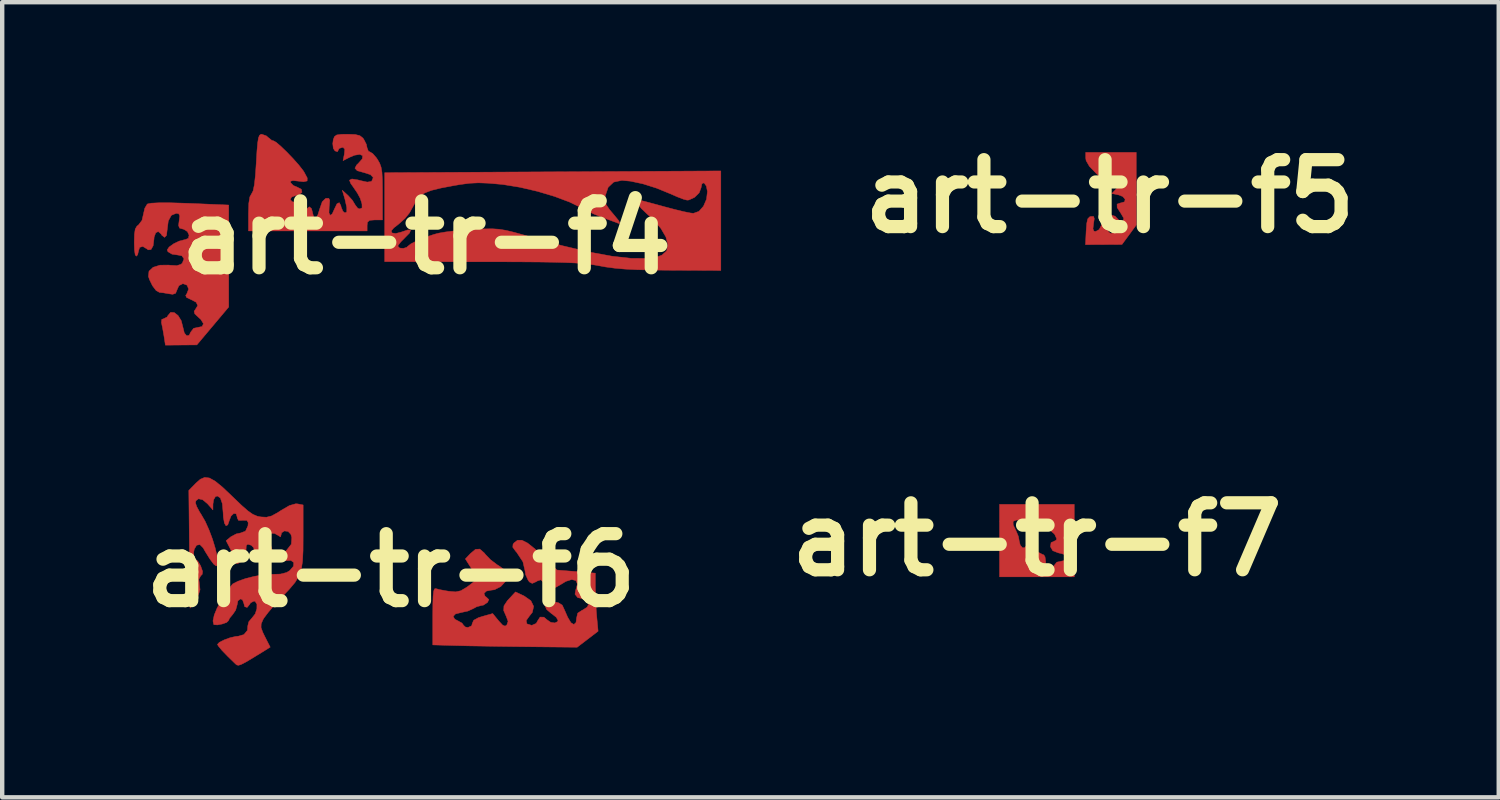
<source format=kicad_pcb>
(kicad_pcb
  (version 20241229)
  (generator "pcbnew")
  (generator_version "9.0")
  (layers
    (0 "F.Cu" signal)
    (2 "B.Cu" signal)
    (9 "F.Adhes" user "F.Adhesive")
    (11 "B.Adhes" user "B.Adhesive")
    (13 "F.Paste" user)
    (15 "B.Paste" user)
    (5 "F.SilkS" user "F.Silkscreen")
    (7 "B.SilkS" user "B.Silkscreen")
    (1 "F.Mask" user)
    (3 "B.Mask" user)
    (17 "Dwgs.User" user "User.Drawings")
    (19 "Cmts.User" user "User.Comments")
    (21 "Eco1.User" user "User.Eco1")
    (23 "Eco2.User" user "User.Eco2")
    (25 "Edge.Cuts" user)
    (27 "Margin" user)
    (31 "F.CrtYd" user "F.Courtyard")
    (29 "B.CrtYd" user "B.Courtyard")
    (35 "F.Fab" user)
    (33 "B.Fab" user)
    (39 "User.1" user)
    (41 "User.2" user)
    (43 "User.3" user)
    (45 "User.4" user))
  (footprint "art-tr-f4"
    (layer "F.Cu")
    (at 6.655 2.355)
    (property "Reference" "art-tr-f4" (at 0 0 0) (layer "F.SilkS") (effects (font (size 1.524 1.524) (thickness 0.3))))
    (attr through_hole)
    (fp_poly (pts (xy -5.83 -0.79) (xy -5.496 -0.78) (xy -5.384 -0.776) (xy -4.5 -0.739) (xy -4.5 1.582) (xy -5.225 2.444) (xy -5.583 2.447) (xy -5.941 2.45) (xy -5.974 2.237) (xy -6.001 2.083) (xy -6.026 1.96) (xy -6.032 1.938) (xy -6.023 1.863) (xy -5.984 1.85) (xy -5.903 1.81) (xy -5.882 1.775) (xy -5.821 1.703) (xy -5.738 1.709) (xy -5.652 1.777) (xy -5.58 1.894) (xy -5.542 2.044) (xy -5.541 2.046) (xy -5.51 2.173) (xy -5.457 2.236) (xy -5.4 2.226) (xy -5.366 2.155) (xy -5.299 2.067) (xy -5.222 2.05) (xy -5.105 2.026) (xy -5.075 1.961) (xy -5.134 1.865) (xy -5.181 1.823) (xy -5.272 1.738) (xy -5.287 1.679) (xy -5.263 1.644) (xy -5.205 1.55) (xy -5.24 1.474) (xy -5.357 1.413) (xy -5.459 1.365) (xy -5.479 1.32) (xy -5.452 1.277) (xy -5.412 1.173) (xy -5.449 1.085) (xy -5.543 1.05) (xy -5.633 1.096) (xy -5.672 1.181) (xy -5.708 1.27) (xy -5.775 1.293) (xy -5.859 1.281) (xy -5.988 1.259) (xy -6.075 1.25) (xy -6.152 1.207) (xy -6.235 1.098) (xy -6.305 0.954) (xy -6.327 0.884) (xy -6.314 0.766) (xy -6.22 0.678) (xy -6.062 0.629) (xy -5.858 0.628) (xy -5.839 0.631) (xy -5.68 0.64) (xy -5.585 0.61) (xy -5.556 0.583) (xy -5.517 0.485) (xy -5.566 0.417) (xy -5.649 0.4) (xy -5.791 0.379) (xy -5.882 0.325) (xy -5.9 0.282) (xy -5.857 0.218) (xy -5.755 0.144) (xy -5.627 0.082) (xy -5.509 0.051) (xy -5.492 0.05) (xy -5.417 0.018) (xy -5.402 -0.054) (xy -5.439 -0.134) (xy -5.521 -0.187) (xy -5.542 -0.192) (xy -5.619 -0.214) (xy -5.641 -0.273) (xy -5.628 -0.379) (xy -5.614 -0.494) (xy -5.639 -0.542) (xy -5.696 -0.55) (xy -5.805 -0.505) (xy -5.875 -0.377) (xy -5.9 -0.178) (xy -5.916 -0.047) (xy -5.96 -0.003) (xy -6.021 -0.05) (xy -6.041 -0.082) (xy -6.103 -0.136) (xy -6.161 -0.107) (xy -6.197 -0.01) (xy -6.201 0.04) (xy -6.22 0.188) (xy -6.268 0.274) (xy -6.333 0.281) (xy -6.358 0.262) (xy -6.454 0.204) (xy -6.526 0.224) (xy -6.55 0.297) (xy -6.573 0.393) (xy -6.6 0.425) (xy -6.628 0.397) (xy -6.645 0.279) (xy -6.65 0.115) (xy -6.645 -0.076) (xy -6.627 -0.192) (xy -6.588 -0.259) (xy -6.553 -0.286) (xy -6.473 -0.391) (xy -6.441 -0.531) (xy -6.41 -0.666) (xy -6.356 -0.757) (xy -6.347 -0.764) (xy -6.264 -0.781) (xy -6.089 -0.79) (xy -5.83 -0.79)) (stroke (width 0.01) (type solid)) (fill yes) (layer "F.Cu"))
    (fp_poly (pts (xy 6.7 0.75) (xy 5.562 0.745) (xy 5.138 0.741) (xy 4.795 0.733) (xy 4.516 0.719) (xy 4.282 0.698) (xy 4.075 0.67) (xy 3.95 0.647) (xy 3.824 0.625) (xy 3.692 0.606) (xy 3.544 0.591) (xy 3.37 0.579) (xy 3.158 0.57) (xy 2.898 0.563) (xy 2.579 0.558) (xy 2.19 0.555) (xy 1.721 0.553) (xy 1.262 0.553) (xy -0.95 0.55) (xy -0.95 -0.15) (xy -0.802 -0.15) (xy -0.781 -0.103) (xy -0.698 -0.091) (xy -0.571 -0.123) (xy -0.565 -0.126) (xy -0.422 -0.174) (xy -0.361 -0.165) (xy -0.384 -0.103) (xy -0.488 0.003) (xy -0.587 0.103) (xy -0.645 0.181) (xy -0.65 0.199) (xy -0.611 0.24) (xy -0.526 0.248) (xy -0.447 0.223) (xy -0.427 0.203) (xy -0.354 0.145) (xy -0.212 0.072) (xy -0.028 -0.003) (xy 0.17 -0.07) (xy 0.275 -0.098) (xy 0.43 -0.125) (xy 0.651 -0.152) (xy 0.907 -0.174) (xy 1.101 -0.186) (xy 1.326 -0.196) (xy 1.501 -0.198) (xy 1.653 -0.188) (xy 1.807 -0.163) (xy 1.991 -0.119) (xy 2.229 -0.053) (xy 2.401 -0.003) (xy 3.089 0.186) (xy 3.695 0.329) (xy 4.218 0.425) (xy 4.656 0.474) (xy 5.01 0.476) (xy 5.277 0.432) (xy 5.362 0.399) (xy 5.468 0.303) (xy 5.495 0.162) (xy 5.45 -0.012) (xy 5.335 -0.208) (xy 5.156 -0.414) (xy 5.027 -0.531) (xy 4.891 -0.66) (xy 4.812 -0.764) (xy 4.799 -0.832) (xy 4.841 -0.85) (xy 4.904 -0.837) (xy 5.041 -0.802) (xy 5.231 -0.751) (xy 5.417 -0.7) (xy 5.647 -0.639) (xy 5.852 -0.589) (xy 6.007 -0.558) (xy 6.076 -0.55) (xy 6.202 -0.595) (xy 6.305 -0.712) (xy 6.374 -0.871) (xy 6.395 -1.046) (xy 6.37 -1.171) (xy 6.318 -1.244) (xy 6.27 -1.226) (xy 6.25 -1.131) (xy 6.207 -1.017) (xy 6.103 -0.914) (xy 5.974 -0.854) (xy 5.932 -0.85) (xy 5.854 -0.87) (xy 5.715 -0.923) (xy 5.546 -0.997) (xy 5.543 -0.998) (xy 5.238 -1.123) (xy 4.928 -1.221) (xy 4.643 -1.282) (xy 4.447 -1.3) (xy 4.262 -1.261) (xy 4.136 -1.143) (xy 4.068 -0.944) (xy 4.068 -0.943) (xy 4.062 -0.84) (xy 4.09 -0.747) (xy 4.167 -0.634) (xy 4.258 -0.527) (xy 4.368 -0.393) (xy 4.406 -0.324) (xy 4.375 -0.32) (xy 4.272 -0.359) (xy 4.116 -0.416) (xy 4.015 -0.452) (xy 3.815 -0.532) (xy 3.613 -0.629) (xy 3.54 -0.669) (xy 3.264 -0.804) (xy 2.917 -0.934) (xy 2.529 -1.05) (xy 2.13 -1.143) (xy 1.749 -1.205) (xy 1.68 -1.212) (xy 1.403 -1.236) (xy 1.185 -1.244) (xy 0.988 -1.235) (xy 0.773 -1.207) (xy 0.622 -1.181) (xy 0.326 -1.125) (xy 0.111 -1.072) (xy -0.041 -1.013) (xy -0.148 -0.94) (xy -0.228 -0.844) (xy -0.297 -0.72) (xy -0.386 -0.561) (xy -0.489 -0.433) (xy -0.634 -0.304) (xy -0.742 -0.22) (xy -0.802 -0.15) (xy -0.95 -0.15) (xy -0.95 -0.463) (xy -0.95 -1.475) (xy 2.875 -1.495) (xy 6.7 -1.515) (xy 6.7 0.75)) (stroke (width 0.01) (type solid)) (fill yes) (layer "F.Cu"))
    (fp_poly (pts (xy -1.622 -2.344) (xy -1.516 -2.318) (xy -1.448 -2.265) (xy -1.428 -2.239) (xy -1.368 -2.122) (xy -1.35 -2.039) (xy -1.321 -1.964) (xy -1.288 -1.949) (xy -1.223 -1.91) (xy -1.139 -1.814) (xy -1.113 -1.775) (xy -1.064 -1.69) (xy -1.032 -1.6) (xy -1.012 -1.482) (xy -1.003 -1.313) (xy -1 -1.072) (xy -1 -1.001) (xy -1 -0.4) (xy -1.175 -0.4) (xy -1.293 -0.391) (xy -1.342 -0.349) (xy -1.35 -0.275) (xy -1.35 -0.15) (xy -4.05 -0.15) (xy -4.05 -0.544) (xy -4.043 -0.778) (xy -4.019 -0.925) (xy -3.979 -0.996) (xy -3.945 -1.061) (xy -3.916 -1.198) (xy -3.892 -1.416) (xy -3.873 -1.702) (xy -3.857 -1.97) (xy -3.841 -2.152) (xy -3.823 -2.266) (xy -3.799 -2.326) (xy -3.767 -2.348) (xy -3.75 -2.35) (xy -3.645 -2.314) (xy -3.6 -2.275) (xy -3.521 -2.212) (xy -3.48 -2.2) (xy -3.418 -2.165) (xy -3.311 -2.073) (xy -3.177 -1.944) (xy -3.036 -1.797) (xy -2.907 -1.652) (xy -2.809 -1.527) (xy -2.784 -1.489) (xy -2.713 -1.356) (xy -2.715 -1.287) (xy -2.796 -1.269) (xy -2.907 -1.282) (xy -3.038 -1.296) (xy -3.091 -1.281) (xy -3.09 -1.246) (xy -3.029 -1.183) (xy -2.946 -1.149) (xy -2.846 -1.097) (xy -2.832 -1.028) (xy -2.903 -0.973) (xy -2.962 -0.959) (xy -3.068 -0.922) (xy -3.099 -0.864) (xy -3.055 -0.814) (xy -2.975 -0.8) (xy -2.871 -0.781) (xy -2.86 -0.725) (xy -2.91 -0.66) (xy -2.936 -0.614) (xy -2.875 -0.6) (xy -2.863 -0.6) (xy -2.763 -0.621) (xy -2.725 -0.65) (xy -2.665 -0.699) (xy -2.615 -0.657) (xy -2.591 -0.562) (xy -2.563 -0.452) (xy -2.522 -0.435) (xy -2.473 -0.509) (xy -2.429 -0.65) (xy -2.372 -0.813) (xy -2.297 -0.887) (xy -2.28 -0.892) (xy -2.222 -0.892) (xy -2.201 -0.845) (xy -2.21 -0.727) (xy -2.213 -0.705) (xy -2.218 -0.562) (xy -2.192 -0.505) (xy -2.144 -0.538) (xy -2.093 -0.65) (xy -2.036 -0.767) (xy -1.984 -0.793) (xy -1.947 -0.725) (xy -1.941 -0.691) (xy -1.9 -0.595) (xy -1.856 -0.56) (xy -1.813 -0.58) (xy -1.813 -0.682) (xy -1.855 -0.872) (xy -1.878 -0.95) (xy -1.915 -1.075) (xy -1.783 -0.955) (xy -1.685 -0.847) (xy -1.625 -0.748) (xy -1.622 -0.742) (xy -1.563 -0.665) (xy -1.516 -0.65) (xy -1.465 -0.674) (xy -1.467 -0.76) (xy -1.473 -0.787) (xy -1.508 -0.893) (xy -1.57 -1.009) (xy -1.675 -1.163) (xy -1.723 -1.23) (xy -1.752 -1.304) (xy -1.695 -1.332) (xy -1.557 -1.31) (xy -1.503 -1.295) (xy -1.347 -1.261) (xy -1.258 -1.275) (xy -1.243 -1.287) (xy -1.211 -1.364) (xy -1.273 -1.43) (xy -1.423 -1.478) (xy -1.427 -1.479) (xy -1.575 -1.52) (xy -1.627 -1.576) (xy -1.588 -1.651) (xy -1.552 -1.685) (xy -1.46 -1.79) (xy -1.452 -1.862) (xy -1.516 -1.892) (xy -1.639 -1.872) (xy -1.751 -1.824) (xy -1.898 -1.749) (xy -1.868 -1.899) (xy -1.858 -2.008) (xy -1.894 -2.048) (xy -1.919 -2.05) (xy -1.989 -2.025) (xy -2 -2) (xy -2.026 -1.952) (xy -2.081 -1.971) (xy -2.12 -2.029) (xy -2.132 -2.138) (xy -2.12 -2.229) (xy -2.093 -2.297) (xy -2.041 -2.334) (xy -1.936 -2.348) (xy -1.797 -2.35) (xy -1.622 -2.344)) (stroke (width 0.01) (type solid)) (fill yes) (layer "F.Cu")))
  (footprint "art-tr-f6"
    (layer "F.Cu")
    (at 5.849 9.93)
    (property "Reference" "art-tr-f6" (at 0 0 0) (layer "F.SilkS") (effects (font (size 1.524 1.524) (thickness 0.3))))
    (attr through_hole)
    (fp_poly (pts (xy 3.108 -0.621) (xy 3.279 -0.484) (xy 3.418 -0.354) (xy 3.775 -0.007) (xy 4.65 0.064) (xy 4.65 0.394) (xy 4.656 0.638) (xy 4.67 0.906) (xy 4.682 1.055) (xy 4.713 1.385) (xy 4.474 1.568) (xy 4.236 1.75) (xy 3.155 1.739) (xy 2.792 1.735) (xy 2.421 1.73) (xy 2.069 1.724) (xy 1.762 1.719) (xy 1.527 1.713) (xy 1.512 1.713) (xy 0.95 1.697) (xy 0.95 1.043) (xy 0.952 0.771) (xy 0.958 0.586) (xy 0.97 0.474) (xy 0.99 0.422) (xy 1.018 0.416) (xy 1.019 0.416) (xy 1.108 0.439) (xy 1.251 0.466) (xy 1.316 0.476) (xy 1.47 0.49) (xy 1.587 0.465) (xy 1.717 0.388) (xy 1.746 0.368) (xy 1.863 0.278) (xy 1.936 0.208) (xy 1.949 0.187) (xy 1.925 0.125) (xy 1.863 0.012) (xy 1.821 -0.056) (xy 1.692 -0.26) (xy 1.805 -0.38) (xy 1.922 -0.478) (xy 2.02 -0.484) (xy 2.121 -0.397) (xy 2.153 -0.357) (xy 2.267 -0.239) (xy 2.417 -0.126) (xy 2.454 -0.104) (xy 2.595 -0.002) (xy 2.649 0.099) (xy 2.65 0.119) (xy 2.606 0.252) (xy 2.497 0.369) (xy 2.356 0.441) (xy 2.287 0.45) (xy 2.17 0.472) (xy 2.116 0.526) (xy 2.14 0.589) (xy 2.171 0.611) (xy 2.226 0.665) (xy 2.197 0.729) (xy 2.104 0.791) (xy 2.055 0.8) (xy 1.95 0.828) (xy 1.871 0.871) (xy 1.748 0.927) (xy 1.601 0.959) (xy 1.467 0.992) (xy 1.415 1.048) (xy 1.45 1.111) (xy 1.521 1.148) (xy 1.616 1.201) (xy 1.65 1.249) (xy 1.692 1.29) (xy 1.75 1.3) (xy 1.834 1.264) (xy 1.85 1.206) (xy 1.881 1.136) (xy 1.987 1.078) (xy 2.082 1.048) (xy 2.314 0.983) (xy 2.447 1.146) (xy 2.538 1.245) (xy 2.596 1.27) (xy 2.636 1.242) (xy 2.664 1.161) (xy 2.623 1.05) (xy 2.564 0.915) (xy 2.57 0.809) (xy 2.647 0.692) (xy 2.692 0.643) (xy 2.833 0.491) (xy 3.029 0.583) (xy 3.183 0.691) (xy 3.246 0.82) (xy 3.216 0.957) (xy 3.148 1.042) (xy 3.076 1.143) (xy 3.093 1.218) (xy 3.196 1.25) (xy 3.208 1.25) (xy 3.305 1.207) (xy 3.336 1.15) (xy 3.392 1.064) (xy 3.479 1.065) (xy 3.55 1.125) (xy 3.634 1.183) (xy 3.728 1.197) (xy 3.792 1.166) (xy 3.8 1.136) (xy 3.761 1.069) (xy 3.665 0.992) (xy 3.65 0.983) (xy 3.542 0.891) (xy 3.5 0.794) (xy 3.515 0.728) (xy 3.58 0.706) (xy 3.682 0.709) (xy 3.813 0.739) (xy 3.895 0.79) (xy 3.901 0.8) (xy 3.944 0.893) (xy 4.004 1.029) (xy 4.02 1.066) (xy 4.094 1.191) (xy 4.162 1.232) (xy 4.21 1.187) (xy 4.223 1.084) (xy 4.249 0.974) (xy 4.347 0.909) (xy 4.361 0.904) (xy 4.464 0.838) (xy 4.505 0.755) (xy 4.481 0.682) (xy 4.389 0.65) (xy 4.385 0.65) (xy 4.249 0.621) (xy 4.187 0.543) (xy 4.206 0.438) (xy 4.243 0.311) (xy 4.206 0.232) (xy 4.112 0.209) (xy 3.977 0.252) (xy 3.905 0.297) (xy 3.76 0.381) (xy 3.628 0.429) (xy 3.533 0.433) (xy 3.499 0.393) (xy 3.473 0.29) (xy 3.456 0.258) (xy 3.409 0.216) (xy 3.335 0.239) (xy 3.304 0.258) (xy 3.214 0.298) (xy 3.151 0.265) (xy 3.122 0.228) (xy 3.064 0.1) (xy 3.05 0.012) (xy 3.002 -0.194) (xy 2.86 -0.41) (xy 2.836 -0.436) (xy 2.771 -0.526) (xy 2.777 -0.593) (xy 2.799 -0.624) (xy 2.88 -0.686) (xy 2.979 -0.686) (xy 3.108 -0.621)) (stroke (width 0.01) (type solid)) (fill yes) (layer "F.Cu"))
    (fp_poly (pts (xy -4.134 -2.102) (xy -4.003 -2.03) (xy -3.836 -1.894) (xy -3.618 -1.687) (xy -3.595 -1.665) (xy -3.401 -1.479) (xy -3.257 -1.353) (xy -3.145 -1.275) (xy -3.047 -1.233) (xy -2.964 -1.216) (xy -2.835 -1.209) (xy -2.72 -1.237) (xy -2.582 -1.312) (xy -2.505 -1.362) (xy -2.311 -1.475) (xy -2.168 -1.515) (xy -2.124 -1.512) (xy -2 -1.488) (xy -2 -0.767) (xy -2.002 -0.447) (xy -2.014 -0.206) (xy -2.043 -0.019) (xy -2.098 0.134) (xy -2.186 0.277) (xy -2.317 0.432) (xy -2.497 0.622) (xy -2.5 0.625) (xy -2.657 0.794) (xy -2.793 0.954) (xy -2.889 1.081) (xy -2.915 1.124) (xy -2.955 1.219) (xy -2.958 1.301) (xy -2.92 1.408) (xy -2.87 1.511) (xy -2.749 1.748) (xy -2.937 1.865) (xy -3.159 2.001) (xy -3.311 2.091) (xy -3.41 2.142) (xy -3.471 2.161) (xy -3.509 2.154) (xy -3.536 2.133) (xy -3.713 1.961) (xy -3.849 1.82) (xy -3.931 1.721) (xy -3.95 1.685) (xy -3.907 1.638) (xy -3.8 1.584) (xy -3.664 1.534) (xy -3.533 1.504) (xy -3.483 1.5) (xy -3.348 1.462) (xy -3.268 1.366) (xy -3.26 1.265) (xy -3.237 1.17) (xy -3.164 1.084) (xy -3.091 0.991) (xy -3.053 0.874) (xy -3.052 0.769) (xy -3.093 0.706) (xy -3.12 0.7) (xy -3.197 0.74) (xy -3.218 0.775) (xy -3.274 0.844) (xy -3.33 0.827) (xy -3.35 0.75) (xy -3.381 0.669) (xy -3.425 0.65) (xy -3.485 0.693) (xy -3.5 0.775) (xy -3.535 0.904) (xy -3.6 1) (xy -3.673 1.088) (xy -3.7 1.146) (xy -3.742 1.186) (xy -3.841 1.221) (xy -3.95 1.242) (xy -4.027 1.237) (xy -4.035 1.232) (xy -4.052 1.151) (xy -4.023 1.016) (xy -3.956 0.854) (xy -3.862 0.693) (xy -3.824 0.643) (xy -3.728 0.513) (xy -3.665 0.408) (xy -3.65 0.367) (xy -3.604 0.31) (xy -3.483 0.248) (xy -3.311 0.187) (xy -3.112 0.137) (xy -2.909 0.102) (xy -2.728 0.091) (xy -2.725 0.091) (xy -2.518 0.085) (xy -2.378 0.05) (xy -2.305 0.006) (xy -2.22 -0.093) (xy -2.214 -0.179) (xy -2.279 -0.226) (xy -2.374 -0.221) (xy -2.472 -0.221) (xy -2.501 -0.275) (xy -2.461 -0.367) (xy -2.375 -0.459) (xy -2.269 -0.595) (xy -2.258 -0.747) (xy -2.28 -0.821) (xy -2.341 -0.885) (xy -2.426 -0.897) (xy -2.489 -0.856) (xy -2.5 -0.815) (xy -2.514 -0.76) (xy -2.56 -0.79) (xy -2.651 -0.841) (xy -2.744 -0.843) (xy -2.797 -0.796) (xy -2.8 -0.777) (xy -2.78 -0.68) (xy -2.739 -0.571) (xy -2.706 -0.468) (xy -2.738 -0.395) (xy -2.795 -0.344) (xy -2.935 -0.26) (xy -3.038 -0.257) (xy -3.094 -0.334) (xy -3.1 -0.395) (xy -3.126 -0.516) (xy -3.179 -0.57) (xy -3.262 -0.595) (xy -3.294 -0.566) (xy -3.3 -0.462) (xy -3.3 -0.454) (xy -3.329 -0.317) (xy -3.402 -0.204) (xy -3.492 -0.151) (xy -3.504 -0.15) (xy -3.546 -0.19) (xy -3.55 -0.214) (xy -3.572 -0.296) (xy -3.626 -0.424) (xy -3.651 -0.477) (xy -3.753 -0.675) (xy -3.646 -0.763) (xy -3.523 -0.829) (xy -3.425 -0.85) (xy -3.312 -0.892) (xy -3.256 -1.012) (xy -3.25 -1.085) (xy -3.281 -1.139) (xy -3.375 -1.138) (xy -3.47 -1.136) (xy -3.5 -1.193) (xy -3.5 -1.207) (xy -3.524 -1.287) (xy -3.58 -1.294) (xy -3.64 -1.237) (xy -3.676 -1.147) (xy -3.715 -1.035) (xy -3.756 -1.014) (xy -3.792 -1.076) (xy -3.816 -1.211) (xy -3.821 -1.313) (xy -3.839 -1.518) (xy -3.884 -1.647) (xy -3.951 -1.692) (xy -3.996 -1.678) (xy -4.037 -1.607) (xy -4.052 -1.51) (xy -4.053 -1.375) (xy -4.178 -1.517) (xy -4.287 -1.607) (xy -4.382 -1.629) (xy -4.441 -1.583) (xy -4.45 -1.534) (xy -4.423 -1.452) (xy -4.357 -1.329) (xy -4.323 -1.276) (xy -4.23 -1.116) (xy -4.142 -0.92) (xy -4.063 -0.71) (xy -4 -0.503) (xy -3.959 -0.321) (xy -3.944 -0.183) (xy -3.962 -0.108) (xy -3.981 -0.1) (xy -4.036 -0.143) (xy -4.123 -0.259) (xy -4.23 -0.431) (xy -4.275 -0.511) (xy -4.349 -0.586) (xy -4.424 -0.572) (xy -4.478 -0.48) (xy -4.491 -0.412) (xy -4.487 -0.297) (xy -4.452 -0.25) (xy -4.451 -0.25) (xy -4.396 -0.208) (xy -4.335 -0.107) (xy -4.328 -0.089) (xy -4.288 0.026) (xy -4.297 0.091) (xy -4.33 0.123) (xy -4.374 0.202) (xy -4.359 0.323) (xy -4.346 0.441) (xy -4.385 0.562) (xy -4.447 0.666) (xy -4.575 0.861) (xy -4.588 -0.479) (xy -4.602 -1.819) (xy -4.442 -1.983) (xy -4.339 -2.074) (xy -4.241 -2.115) (xy -4.134 -2.102)) (stroke (width 0.01) (type solid)) (fill yes) (layer "F.Cu")))
  (footprint "art-tr-f5"
    (layer "F.Cu")
    (at 22.209 1.418)
    (property "Reference" "art-tr-f5" (at 0 0 0) (layer "F.SilkS") (effects (font (size 1.524 1.524) (thickness 0.3))))
    (attr through_hole)
    (fp_poly (pts (xy 0.6 -0.173) (xy 0.6 0.654) (xy 0.438 0.875) (xy 0.275 1.096) (xy -0.14 1.098) (xy -0.555 1.1) (xy -0.54 0.788) (xy -0.526 0.612) (xy -0.503 0.512) (xy -0.46 0.467) (xy -0.431 0.458) (xy -0.371 0.458) (xy -0.355 0.508) (xy -0.371 0.62) (xy -0.385 0.741) (xy -0.363 0.792) (xy -0.323 0.8) (xy -0.245 0.758) (xy -0.214 0.7) (xy -0.17 0.612) (xy -0.118 0.62) (xy -0.072 0.72) (xy -0.071 0.725) (xy -0.023 0.819) (xy 0.03 0.85) (xy 0.089 0.812) (xy 0.092 0.713) (xy 0.045 0.591) (xy 0.016 0.484) (xy 0.049 0.432) (xy 0.119 0.452) (xy 0.169 0.506) (xy 0.245 0.582) (xy 0.301 0.569) (xy 0.315 0.497) (xy 0.251 0.388) (xy 0.166 0.256) (xy 0.164 0.177) (xy 0.244 0.15) (xy 0.25 0.15) (xy 0.335 0.125) (xy 0.347 0.068) (xy 0.294 0.005) (xy 0.197 -0.033) (xy 0.044 -0.064) (xy 0.182 -0.207) (xy 0.267 -0.312) (xy 0.28 -0.38) (xy 0.261 -0.409) (xy 0.196 -0.437) (xy 0.111 -0.385) (xy 0.11 -0.384) (xy 0.036 -0.326) (xy -0.03 -0.312) (xy -0.111 -0.35) (xy -0.229 -0.446) (xy -0.312 -0.523) (xy -0.467 -0.684) (xy -0.541 -0.813) (xy -0.55 -0.871) (xy -0.55 -1) (xy 0.6 -1) (xy 0.6 -0.173)) (stroke (width 0.01) (type solid)) (fill yes) (layer "F.Cu")))
  (footprint "art-tr-f7"
    (layer "F.Cu")
    (at 20.548 9.228)
    (property "Reference" "art-tr-f7" (at 0 0 0) (layer "F.SilkS") (effects (font (size 1.524 1.524) (thickness 0.3))))
    (attr through_hole)
    (fp_poly (pts (xy 0.85 0.85) (xy -0.85 0.85) (xy -0.85 -0.412) (xy -0.542 -0.412) (xy -0.539 -0.33) (xy -0.475 -0.2) (xy -0.42 -0.067) (xy -0.402 0.035) (xy -0.379 0.128) (xy -0.329 0.187) (xy -0.279 0.19) (xy -0.262 0.162) (xy -0.214 0.151) (xy -0.107 0.202) (xy -0.065 0.229) (xy 0.054 0.303) (xy 0.14 0.346) (xy 0.157 0.35) (xy 0.185 0.394) (xy 0.2 0.502) (xy 0.2 0.525) (xy 0.215 0.652) (xy 0.264 0.699) (xy 0.28 0.7) (xy 0.355 0.658) (xy 0.386 0.6) (xy 0.453 0.516) (xy 0.528 0.5) (xy 0.631 0.477) (xy 0.692 0.424) (xy 0.683 0.366) (xy 0.619 0.338) (xy 0.501 0.307) (xy 0.49 0.305) (xy 0.362 0.256) (xy 0.31 0.167) (xy 0.309 0.161) (xy 0.323 0.069) (xy 0.372 0.05) (xy 0.44 0.015) (xy 0.45 -0.017) (xy 0.404 -0.119) (xy 0.282 -0.225) (xy 0.104 -0.321) (xy -0.107 -0.396) (xy -0.303 -0.435) (xy -0.466 -0.443) (xy -0.542 -0.412) (xy -0.85 -0.412) (xy -0.85 -0.8) (xy 0.85 -0.8) (xy 0.85 0.85)) (stroke (width 0.01) (type solid)) (fill yes) (layer "F.Cu")))
  (gr_rect
    (start -3 -3)
    (end 31.059 15.096)
    (stroke (width 0.1) (type default))
    (fill no)
    (layer "Edge.Cuts")))
</source>
